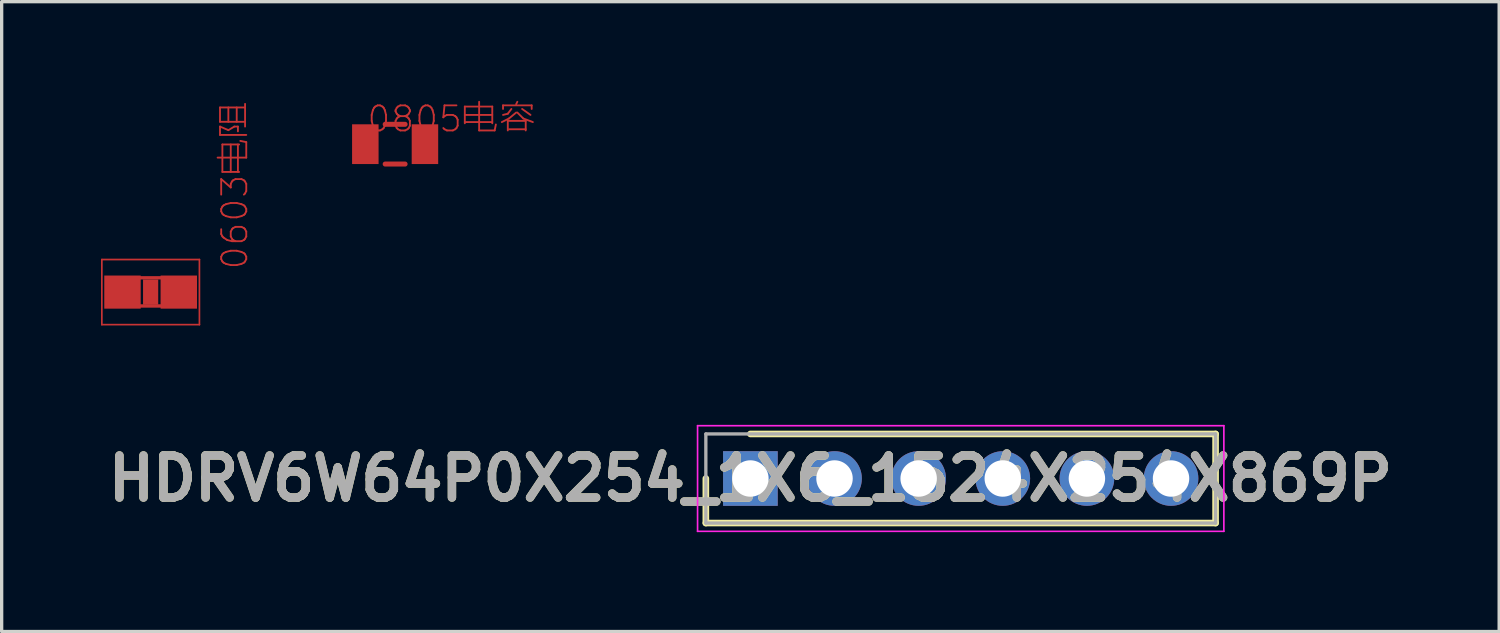
<source format=kicad_pcb>
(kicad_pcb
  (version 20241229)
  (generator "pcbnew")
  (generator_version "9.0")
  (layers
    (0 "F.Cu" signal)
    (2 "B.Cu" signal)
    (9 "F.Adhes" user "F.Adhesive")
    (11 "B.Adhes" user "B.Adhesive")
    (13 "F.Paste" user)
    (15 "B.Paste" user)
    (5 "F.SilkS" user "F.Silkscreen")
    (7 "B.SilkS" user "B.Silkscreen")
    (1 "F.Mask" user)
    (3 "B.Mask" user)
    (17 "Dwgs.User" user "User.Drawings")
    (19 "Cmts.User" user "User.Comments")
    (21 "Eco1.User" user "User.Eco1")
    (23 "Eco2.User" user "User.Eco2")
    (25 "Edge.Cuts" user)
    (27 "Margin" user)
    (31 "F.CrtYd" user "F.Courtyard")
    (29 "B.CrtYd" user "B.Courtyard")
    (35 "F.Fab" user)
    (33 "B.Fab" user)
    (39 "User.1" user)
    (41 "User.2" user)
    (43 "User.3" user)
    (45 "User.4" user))
  (footprint "HDRV6W64P0X254_1X6_1524X254X869P"
    (layer "F.Cu")
    (at 19.606 11.397)
    (property "Reference" "HDRV6W64P0X254_1X6_1524X254X869P" (at 0 0 0) (layer "F.SilkS") (effects (font (size 1.27 1.27) (thickness 0.254))))
    (attr through_hole)
    (fp_line (start -1.345 0) (end -1.345 1.345) (stroke (width 0.2) (type solid)) (layer "F.SilkS"))
    (fp_line (start -1.345 1.345) (end 14.045 1.345) (stroke (width 0.2) (type solid)) (layer "F.SilkS"))
    (fp_line (start 14.045 -1.345) (end 0 -1.345) (stroke (width 0.2) (type solid)) (layer "F.SilkS"))
    (fp_line (start 14.045 1.345) (end 14.045 -1.345) (stroke (width 0.2) (type solid)) (layer "F.SilkS"))
    (fp_line (start -1.595 -1.595) (end 14.295 -1.595) (stroke (width 0.05) (type solid)) (layer "F.CrtYd"))
    (fp_line (start -1.595 1.595) (end -1.595 -1.595) (stroke (width 0.05) (type solid)) (layer "F.CrtYd"))
    (fp_line (start 14.295 -1.595) (end 14.295 1.595) (stroke (width 0.05) (type solid)) (layer "F.CrtYd"))
    (fp_line (start 14.295 1.595) (end -1.595 1.595) (stroke (width 0.05) (type solid)) (layer "F.CrtYd"))
    (fp_line (start -1.345 -1.345) (end 14.045 -1.345) (stroke (width 0.1) (type solid)) (layer "F.Fab"))
    (fp_line (start -1.345 1.345) (end -1.345 -1.345) (stroke (width 0.1) (type solid)) (layer "F.Fab"))
    (fp_line (start 14.045 -1.345) (end 14.045 1.345) (stroke (width 0.1) (type solid)) (layer "F.Fab"))
    (fp_line (start 14.045 1.345) (end -1.345 1.345) (stroke (width 0.1) (type solid)) (layer "F.Fab"))
    (fp_text user "${REFERENCE}" (at 0 0 0) (layer "F.Fab") (effects (font (size 1.27 1.27) (thickness 0.254))))
    (pad "1" thru_hole rect (at 0 0) (size 1.65 1.65) (drill 1.1) (layers "*.Cu" "*.Mask"))
    (pad "2" thru_hole circle (at 2.54 0) (size 1.65 1.65) (drill 1.1) (layers "*.Cu" "*.Mask"))
    (pad "3" thru_hole circle (at 5.08 0) (size 1.65 1.65) (drill 1.1) (layers "*.Cu" "*.Mask"))
    (pad "4" thru_hole circle (at 7.62 0) (size 1.65 1.65) (drill 1.1) (layers "*.Cu" "*.Mask"))
    (pad "5" thru_hole circle (at 10.16 0) (size 1.65 1.65) (drill 1.1) (layers "*.Cu" "*.Mask"))
    (pad "6" thru_hole circle (at 12.7 0) (size 1.65 1.65) (drill 1.1) (layers "*.Cu" "*.Mask")))
  (footprint "0805电容"
    (layer "F.Cu")
    (at 8.88 1.303)
    (property "Reference" "0805电容" (at -0.889 -0.762 0) (layer "F.Cu") (effects (font (size 0.757 0.757) (thickness 0.056)) (justify left)))
    (fp_line (start -0.3 -0.6) (end 0.3 -0.6) (stroke (width 0.152) (type solid)) (layer "F.Cu"))
    (fp_line (start -0.3 0.6) (end 0.3 0.6) (stroke (width 0.152) (type solid)) (layer "F.Cu"))
    (pad "1" smd rect (at -0.9 0) (size 0.8 1.2) (layers "F.Cu" "F.Mask" "F.Paste"))
    (pad "2" smd rect (at 0.9 0) (size 0.8 1.2) (layers "F.Cu" "F.Mask" "F.Paste")))
  (footprint "0603电阻"
    (layer "F.Cu")
    (at 1.498 5.769)
    (property "Reference" "0603电阻" (at 2.54 -0.635 270) (layer "F.Cu") (effects (font (size 0.757 0.757) (thickness 0.056)) (justify left)))
    (fp_line (start -1.473 -0.983) (end 1.473 -0.983) (stroke (width 0.051) (type solid)) (layer "F.Cu"))
    (fp_line (start -1.473 0.983) (end -1.473 -0.983) (stroke (width 0.051) (type solid)) (layer "F.Cu"))
    (fp_line (start -0.356 -0.432) (end 0.356 -0.432) (stroke (width 0.102) (type solid)) (layer "F.Cu"))
    (fp_line (start -0.356 0.419) (end 0.356 0.419) (stroke (width 0.102) (type solid)) (layer "F.Cu"))
    (fp_line (start 1.473 -0.983) (end 1.473 0.983) (stroke (width 0.051) (type solid)) (layer "F.Cu"))
    (fp_line (start 1.473 0.983) (end -1.473 0.983) (stroke (width 0.051) (type solid)) (layer "F.Cu"))
    (fp_poly (pts (xy -0.838 0.47) (xy -0.338 0.47) (xy -0.338 -0.48) (xy -0.838 -0.48)) (stroke (width 0) (type solid)) (fill yes) (layer "F.Cu"))
    (fp_poly (pts (xy -0.229 0.381) (xy 0.229 0.381) (xy 0.229 -0.381) (xy -0.229 -0.381)) (stroke (width 0) (type solid)) (fill yes) (layer "F.Cu"))
    (fp_poly (pts (xy -0.2 0.3) (xy 0.2 0.3) (xy 0.2 -0.3) (xy -0.2 -0.3)) (stroke (width 0) (type solid)) (fill yes) (layer "F.Cu"))
    (fp_poly (pts (xy 0.33 0.47) (xy 0.83 0.47) (xy 0.83 -0.48) (xy 0.33 -0.48)) (stroke (width 0) (type solid)) (fill yes) (layer "F.Cu"))
    (pad "1" smd rect (at -0.85 0) (size 1.1 1) (layers "F.Cu" "F.Mask" "F.Paste"))
    (pad "2" smd rect (at 0.85 0) (size 1.1 1) (layers "F.Cu" "F.Mask" "F.Paste")))
  (gr_rect
    (start -3 -3)
    (end 42.213 16.017)
    (stroke (width 0.1) (type default))
    (fill no)
    (layer "Edge.Cuts")))
</source>
